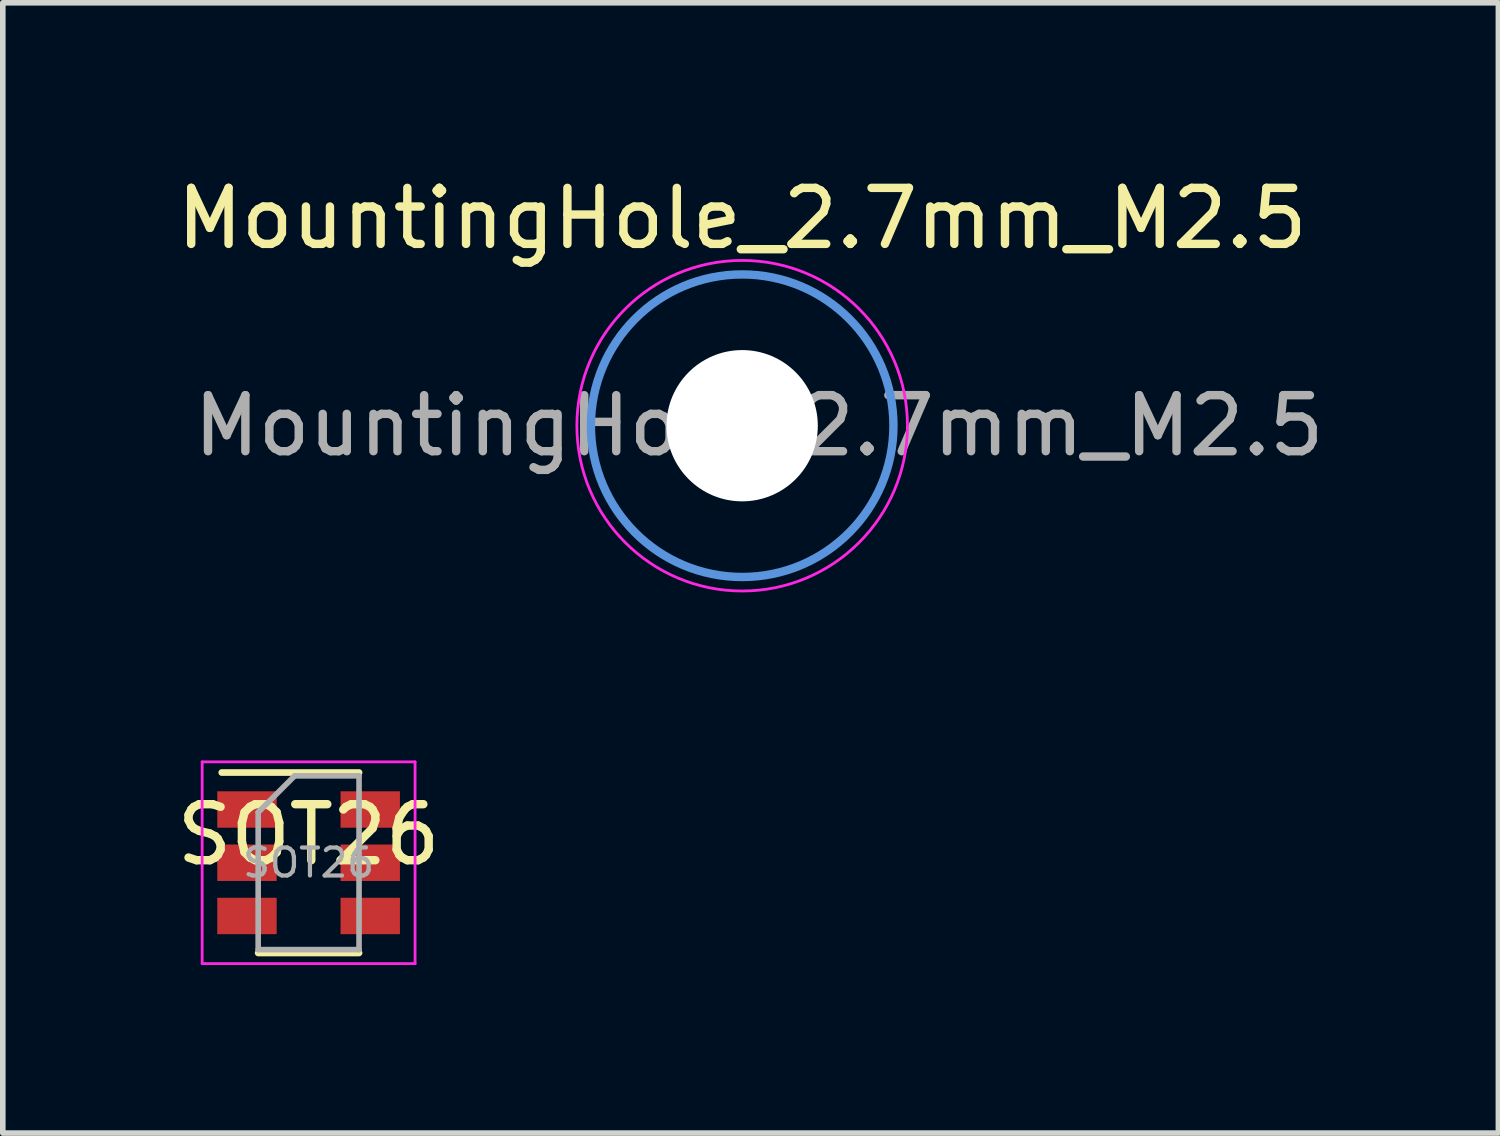
<source format=kicad_pcb>
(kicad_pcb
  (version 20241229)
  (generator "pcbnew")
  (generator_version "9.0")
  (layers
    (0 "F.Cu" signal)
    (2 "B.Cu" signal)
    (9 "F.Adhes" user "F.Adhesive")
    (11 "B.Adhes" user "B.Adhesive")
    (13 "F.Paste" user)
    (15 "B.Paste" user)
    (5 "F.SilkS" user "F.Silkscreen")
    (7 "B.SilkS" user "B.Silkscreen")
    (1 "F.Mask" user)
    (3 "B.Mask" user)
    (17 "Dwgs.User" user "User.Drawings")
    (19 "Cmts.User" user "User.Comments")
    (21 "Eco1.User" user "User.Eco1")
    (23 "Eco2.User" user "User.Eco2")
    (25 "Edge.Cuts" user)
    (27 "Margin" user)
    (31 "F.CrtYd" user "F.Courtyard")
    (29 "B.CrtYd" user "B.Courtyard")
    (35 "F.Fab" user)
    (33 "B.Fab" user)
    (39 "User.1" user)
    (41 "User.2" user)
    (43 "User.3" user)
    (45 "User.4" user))
  (footprint "SOT26"
    (layer "F.Cu")
    (at 2.458 12.348)
    (property "Reference" "SOT26" (at 0 -0.5 0) (unlocked yes) (layer "F.SilkS") (effects (font (size 1 1) (thickness 0.15))))
    (fp_line (start -0.9 1.61) (end 0.9 1.61) (stroke (width 0.12) (type solid)) (layer "F.SilkS"))
    (fp_line (start 0.9 -1.61) (end -1.55 -1.61) (stroke (width 0.12) (type solid)) (layer "F.SilkS"))
    (fp_line (start -1.9 -1.8) (end -1.9 1.8) (stroke (width 0.05) (type solid)) (layer "F.CrtYd"))
    (fp_line (start -1.9 1.8) (end 1.9 1.8) (stroke (width 0.05) (type solid)) (layer "F.CrtYd"))
    (fp_line (start 1.9 -1.8) (end -1.9 -1.8) (stroke (width 0.05) (type solid)) (layer "F.CrtYd"))
    (fp_line (start 1.9 1.8) (end 1.9 -1.8) (stroke (width 0.05) (type solid)) (layer "F.CrtYd"))
    (fp_line (start -0.9 -0.9) (end -0.9 1.55) (stroke (width 0.1) (type solid)) (layer "F.Fab"))
    (fp_line (start -0.9 -0.9) (end -0.25 -1.55) (stroke (width 0.1) (type solid)) (layer "F.Fab"))
    (fp_line (start 0.9 -1.55) (end -0.25 -1.55) (stroke (width 0.1) (type solid)) (layer "F.Fab"))
    (fp_line (start 0.9 -1.55) (end 0.9 1.55) (stroke (width 0.1) (type solid)) (layer "F.Fab"))
    (fp_line (start 0.9 1.55) (end -0.9 1.55) (stroke (width 0.1) (type solid)) (layer "F.Fab"))
    (fp_text user "${REFERENCE}" (at 0 0 0) (layer "F.Fab") (effects (font (size 0.5 0.5) (thickness 0.075))))
    (pad "1" smd rect (at -1.1 -0.95) (size 1.06 0.65) (layers "F.Cu" "F.Mask" "F.Paste"))
    (pad "2" smd rect (at -1.1 0) (size 1.06 0.65) (layers "F.Cu" "F.Mask" "F.Paste"))
    (pad "3" smd rect (at -1.1 0.95) (size 1.06 0.65) (layers "F.Cu" "F.Mask" "F.Paste"))
    (pad "4" smd rect (at 1.1 0.95) (size 1.06 0.65) (layers "F.Cu" "F.Mask" "F.Paste"))
    (pad "5" smd rect (at 1.1 0) (size 1.06 0.65) (layers "F.Cu" "F.Mask" "F.Paste"))
    (pad "6" smd rect (at 1.1 -0.95) (size 1.06 0.65) (layers "F.Cu" "F.Mask" "F.Paste")))
  (footprint "MountingHole_2.7mm_M2.5"
    (layer "F.Cu")
    (at 10.196 4.548)
    (property "Reference" "MountingHole_2.7mm_M2.5" (at 0 -3.7 0) (layer "F.SilkS") (effects (font (size 1 1) (thickness 0.15))))
    (attr exclude_from_pos_files exclude_from_bom)
    (fp_circle (center 0 0) (end 2.7 0) (stroke (width 0.15) (type solid)) (fill no) (layer "Cmts.User"))
    (fp_circle (center 0 0) (end 2.95 0) (stroke (width 0.05) (type solid)) (fill no) (layer "F.CrtYd"))
    (fp_text user "${REFERENCE}" (at 0.3 0 0) (layer "F.Fab") (effects (font (size 1 1) (thickness 0.15))))
    (pad "" np_thru_hole circle (at 0 0) (size 2.7 2.7) (drill 2.7) (layers "*.Cu" "*.Mask")))
  (gr_rect
    (start -3 -3)
    (end 23.693 17.173)
    (stroke (width 0.1) (type default))
    (fill no)
    (layer "Edge.Cuts")))
</source>
